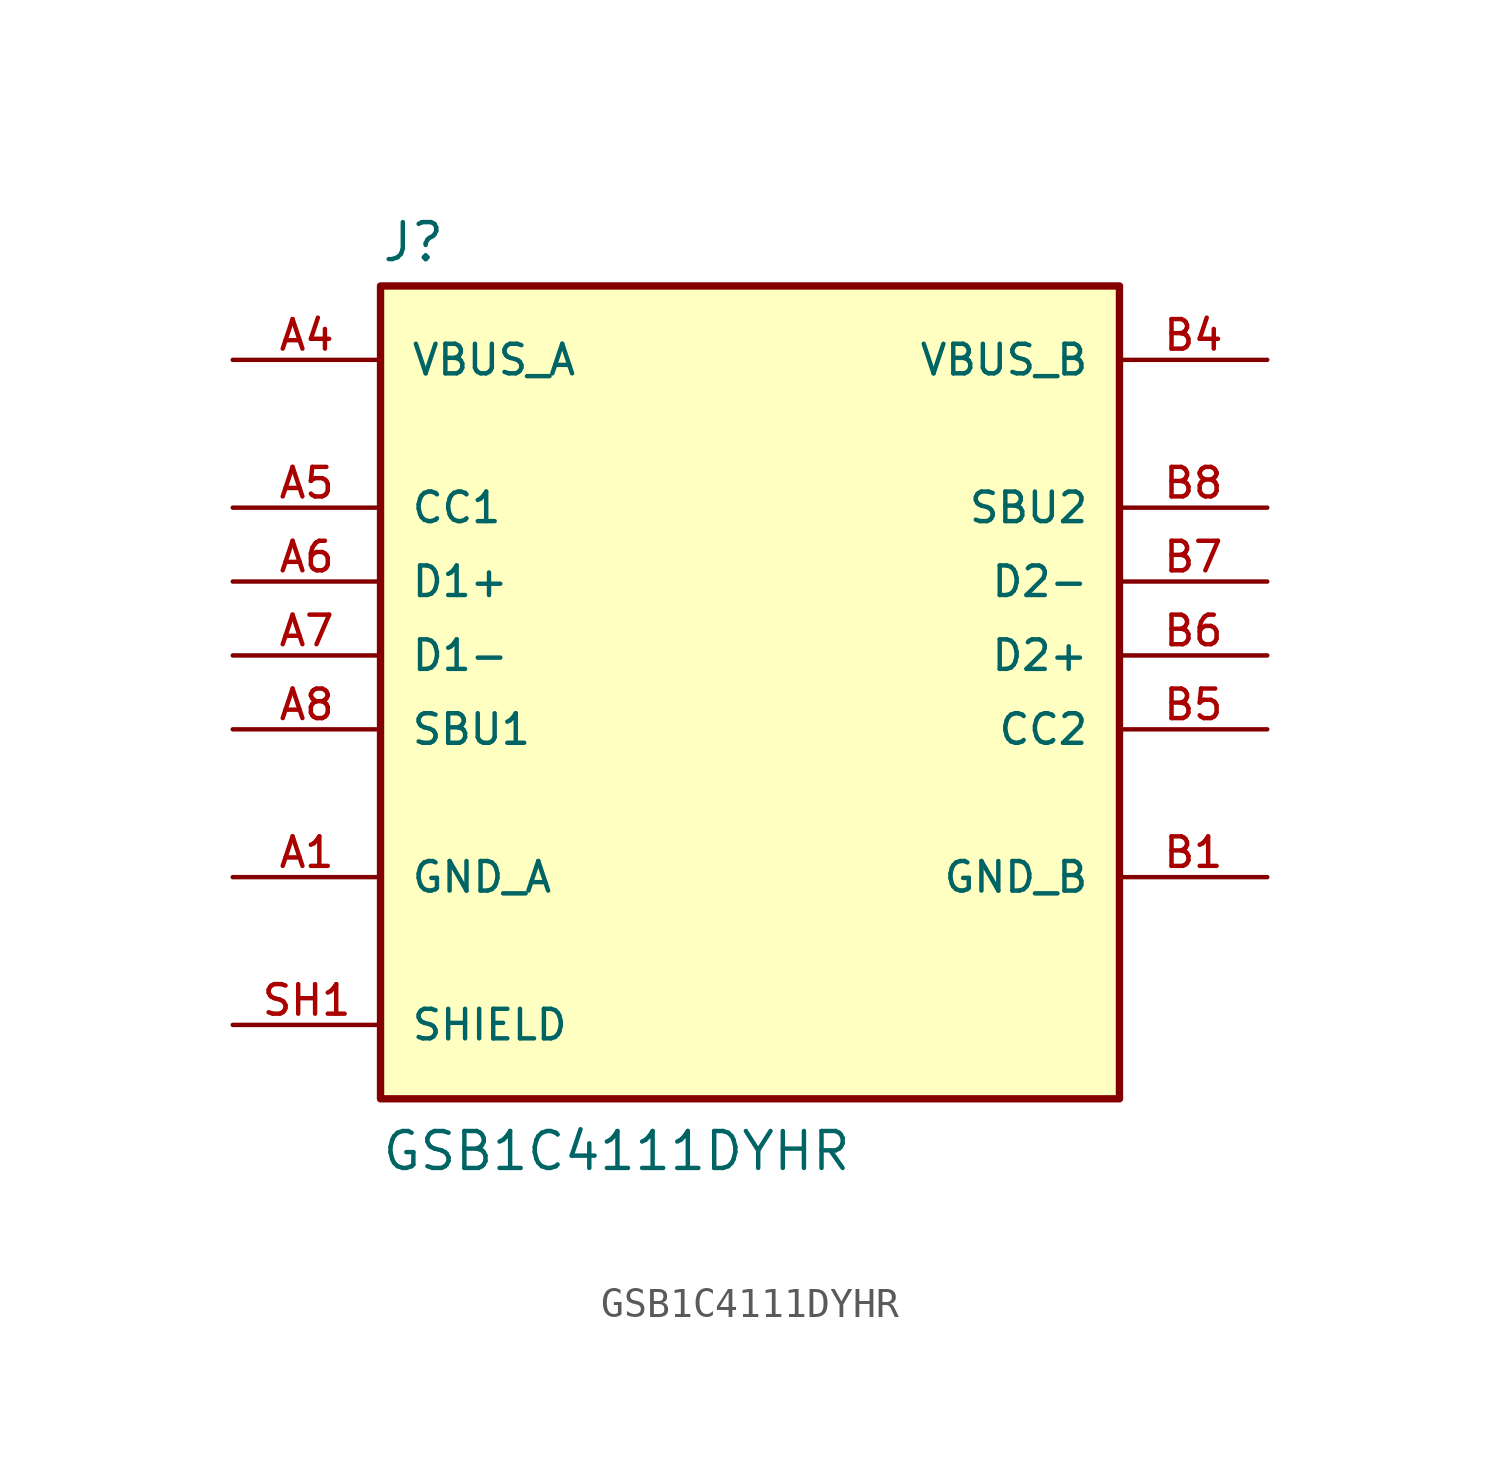
<source format=kicad_sym>
(kicad_symbol_lib
  (version 20211014)
  (generator kicad_symbol_editor)
  (symbol "GSB1C4111DYHR"
    (pin_names
      (offset 1.016))
    (property "Reference" "J"
      (at -12.7 13.462 0)
      (effects (font (size 1.27 1.27)) (justify bottom left)))
    (property "Value" "GSB1C4111DYHR"
      (at -12.7 -17.78 0)
      (effects (font (size 1.27 1.27)) (justify bottom left)))
    (symbol "GSB1C4111DYHR_0_0"
      (rectangle (start -12.7 -15.24) (end 12.7 12.7) (stroke (width 0.254)) (fill (type background)))
      (pin power_in line (at -17.78 -7.62 0) (length 5.08) (name "GND_A" (effects (font (size 1.016 1.016)))) (number "A1" (effects (font (size 1.016 1.016)))))
      (pin power_in line (at -17.78 -7.62 0) (length 5.08) hide (name "GND_A" (effects (font (size 1.016 1.016)))) (number "A12" (effects (font (size 1.016 1.016)))))
      (pin power_in line (at -17.78 10.16 0) (length 5.08) (name "VBUS_A" (effects (font (size 1.016 1.016)))) (number "A4" (effects (font (size 1.016 1.016)))))
      (pin power_in line (at -17.78 10.16 0) (length 5.08) hide (name "VBUS_A" (effects (font (size 1.016 1.016)))) (number "A9" (effects (font (size 1.016 1.016)))))
      (pin bidirectional line (at -17.78 2.54 0) (length 5.08) (name "D1+" (effects (font (size 1.016 1.016)))) (number "A6" (effects (font (size 1.016 1.016)))))
      (pin bidirectional line (at -17.78 5.08 0) (length 5.08) (name "CC1" (effects (font (size 1.016 1.016)))) (number "A5" (effects (font (size 1.016 1.016)))))
      (pin bidirectional line (at -17.78 -2.54 0) (length 5.08) (name "SBU1" (effects (font (size 1.016 1.016)))) (number "A8" (effects (font (size 1.016 1.016)))))
      (pin bidirectional line (at -17.78 0.0 0) (length 5.08) (name "D1-" (effects (font (size 1.016 1.016)))) (number "A7" (effects (font (size 1.016 1.016)))))
      (pin passive line (at -17.78 -12.7 0) (length 5.08) (name "SHIELD" (effects (font (size 1.016 1.016)))) (number "SH1" (effects (font (size 1.016 1.016)))))
      (pin passive line (at -17.78 -12.7 0) (length 5.08) hide (name "SHIELD" (effects (font (size 1.016 1.016)))) (number "SH2" (effects (font (size 1.016 1.016)))))
      (pin passive line (at -17.78 -12.7 0) (length 5.08) hide (name "SHIELD" (effects (font (size 1.016 1.016)))) (number "SH3" (effects (font (size 1.016 1.016)))))
      (pin passive line (at -17.78 -12.7 0) (length 5.08) hide (name "SHIELD" (effects (font (size 1.016 1.016)))) (number "SH4" (effects (font (size 1.016 1.016)))))
      (pin power_in line (at 17.78 -7.62 180.0) (length 5.08) (name "GND_B" (effects (font (size 1.016 1.016)))) (number "B1" (effects (font (size 1.016 1.016)))))
      (pin power_in line (at 17.78 -7.62 180.0) (length 5.08) hide (name "GND_B" (effects (font (size 1.016 1.016)))) (number "B12" (effects (font (size 1.016 1.016)))))
      (pin power_in line (at 17.78 10.16 180.0) (length 5.08) (name "VBUS_B" (effects (font (size 1.016 1.016)))) (number "B4" (effects (font (size 1.016 1.016)))))
      (pin power_in line (at 17.78 10.16 180.0) (length 5.08) hide (name "VBUS_B" (effects (font (size 1.016 1.016)))) (number "B9" (effects (font (size 1.016 1.016)))))
      (pin bidirectional line (at 17.78 0.0 180.0) (length 5.08) (name "D2+" (effects (font (size 1.016 1.016)))) (number "B6" (effects (font (size 1.016 1.016)))))
      (pin bidirectional line (at 17.78 -2.54 180.0) (length 5.08) (name "CC2" (effects (font (size 1.016 1.016)))) (number "B5" (effects (font (size 1.016 1.016)))))
      (pin bidirectional line (at 17.78 5.08 180.0) (length 5.08) (name "SBU2" (effects (font (size 1.016 1.016)))) (number "B8" (effects (font (size 1.016 1.016)))))
      (pin bidirectional line (at 17.78 2.54 180.0) (length 5.08) (name "D2-" (effects (font (size 1.016 1.016)))) (number "B7" (effects (font (size 1.016 1.016))))))))
</source>
